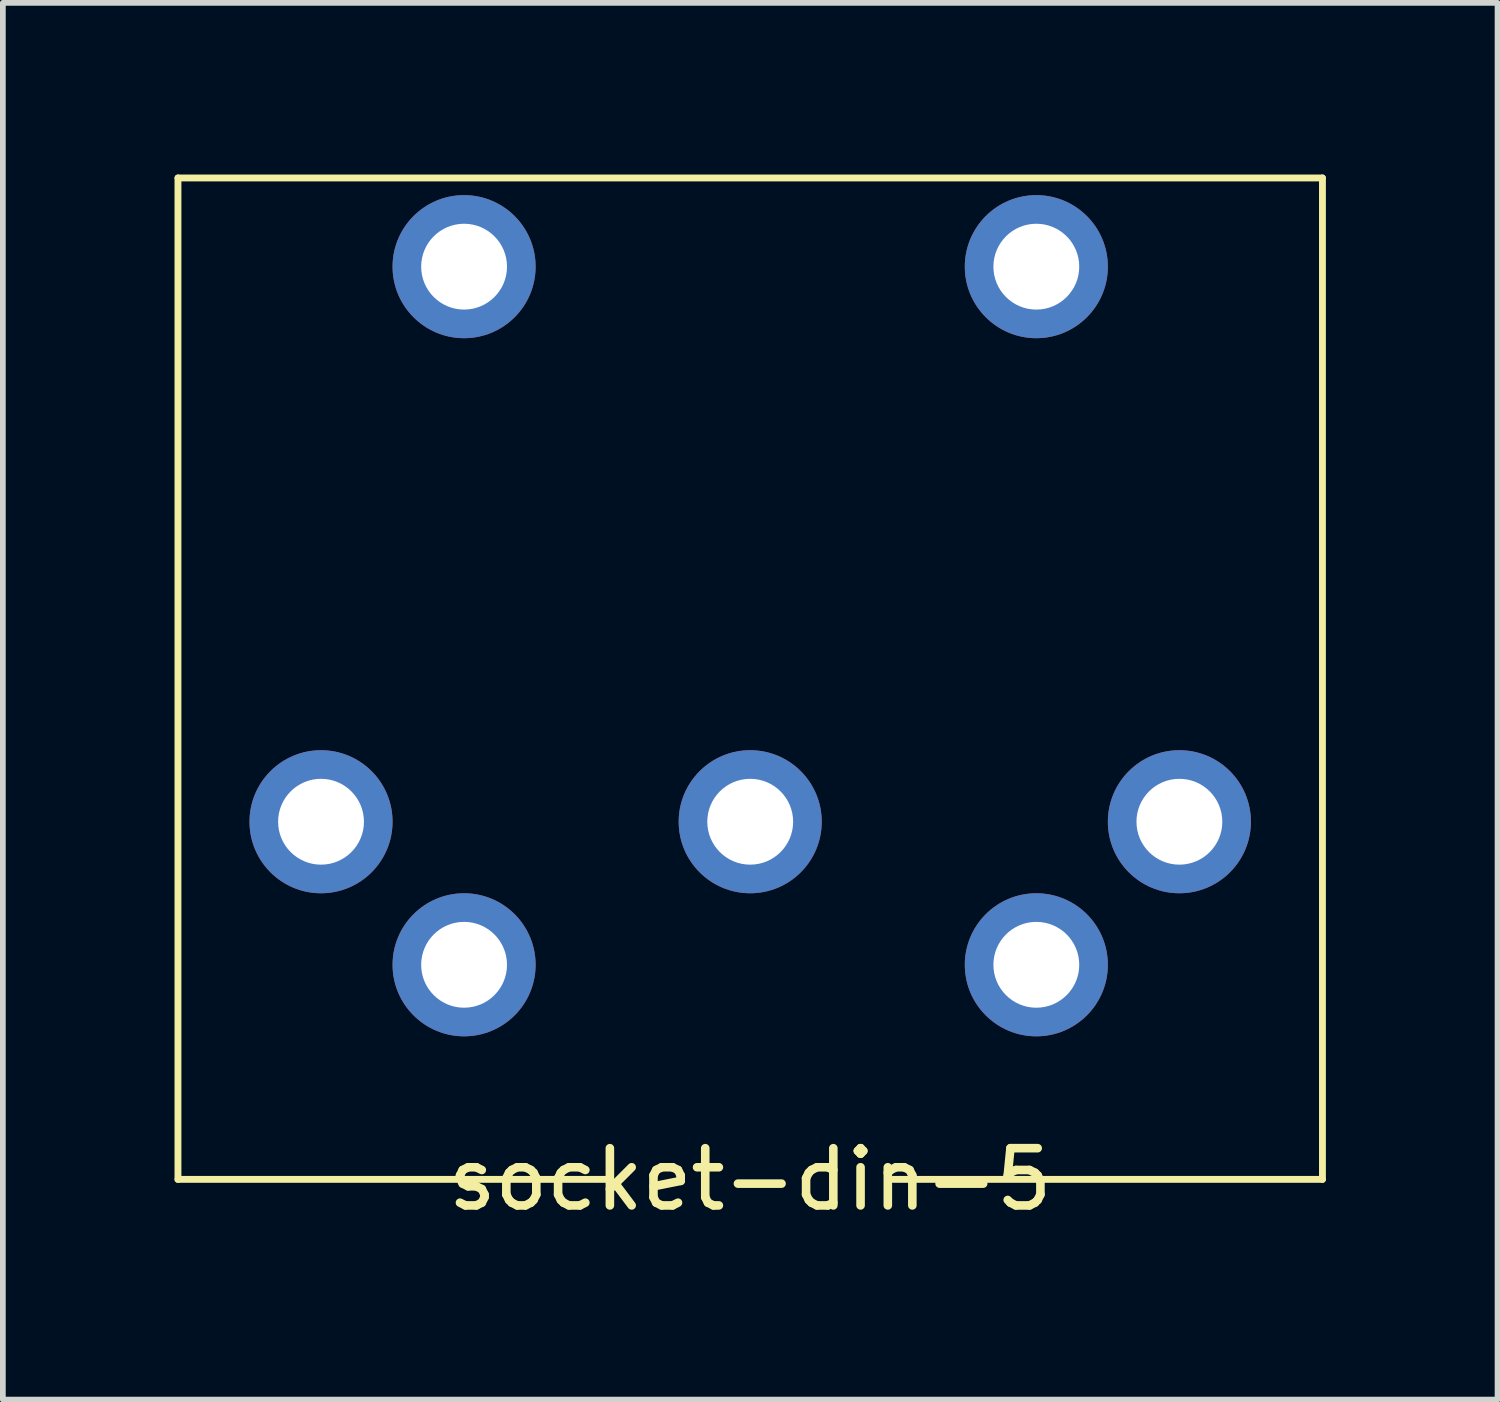
<source format=kicad_pcb>
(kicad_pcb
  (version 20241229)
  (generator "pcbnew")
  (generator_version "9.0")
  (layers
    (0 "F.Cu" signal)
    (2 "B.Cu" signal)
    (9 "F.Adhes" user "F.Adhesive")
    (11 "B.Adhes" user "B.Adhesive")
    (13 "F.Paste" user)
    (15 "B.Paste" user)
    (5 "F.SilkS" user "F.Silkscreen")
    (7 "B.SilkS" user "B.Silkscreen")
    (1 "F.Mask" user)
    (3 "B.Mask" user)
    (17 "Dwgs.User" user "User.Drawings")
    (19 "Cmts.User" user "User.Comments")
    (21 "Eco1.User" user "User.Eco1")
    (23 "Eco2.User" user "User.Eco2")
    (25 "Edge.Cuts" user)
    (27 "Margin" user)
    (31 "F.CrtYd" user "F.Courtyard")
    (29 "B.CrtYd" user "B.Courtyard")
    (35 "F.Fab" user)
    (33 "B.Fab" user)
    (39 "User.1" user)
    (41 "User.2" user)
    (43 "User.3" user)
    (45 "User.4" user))
  (footprint "socket-din-5"
    (layer "F.Cu")
    (at 10.06 11.31)
    (property "Reference" "socket-din-5" (at 0 6.25 0) (layer "F.SilkS") (effects (font (size 1 1) (thickness 0.15))))
    (attr through_hole)
    (fp_line (start -10 -11.25) (end -10 6.25) (stroke (width 0.12) (type solid)) (layer "F.SilkS"))
    (fp_line (start -2.5 6.25) (end -10 6.25) (stroke (width 0.12) (type solid)) (layer "F.SilkS"))
    (fp_line (start 2.5 6.25) (end 10 6.25) (stroke (width 0.12) (type solid)) (layer "F.SilkS"))
    (fp_line (start 10 -11.25) (end -10 -11.25) (stroke (width 0.12) (type solid)) (layer "F.SilkS"))
    (fp_line (start 10 6.25) (end 10 -11.25) (stroke (width 0.12) (type solid)) (layer "F.SilkS"))
    (pad "" thru_hole circle (at -5 -9.7) (size 2.5 2.5) (drill 1.5) (layers "*.Cu" "*.Mask"))
    (pad "" thru_hole circle (at 5 -9.7) (size 2.5 2.5) (drill 1.5) (layers "*.Cu" "*.Mask"))
    (pad "1" thru_hole circle (at -7.5 0) (size 2.5 2.5) (drill 1.5) (layers "*.Cu" "*.Mask"))
    (pad "2" thru_hole circle (at 0 0) (size 2.5 2.5) (drill 1.5) (layers "*.Cu" "*.Mask"))
    (pad "3" thru_hole circle (at 7.5 0) (size 2.5 2.5) (drill 1.5) (layers "*.Cu" "*.Mask"))
    (pad "4" thru_hole circle (at -5 2.5) (size 2.5 2.5) (drill 1.5) (layers "*.Cu" "*.Mask"))
    (pad "5" thru_hole circle (at 5 2.5) (size 2.5 2.5) (drill 1.5) (layers "*.Cu" "*.Mask")))
  (gr_rect
    (start -3 -3)
    (end 23.12 21.408)
    (stroke (width 0.1) (type default))
    (fill no)
    (layer "Edge.Cuts")))
</source>
